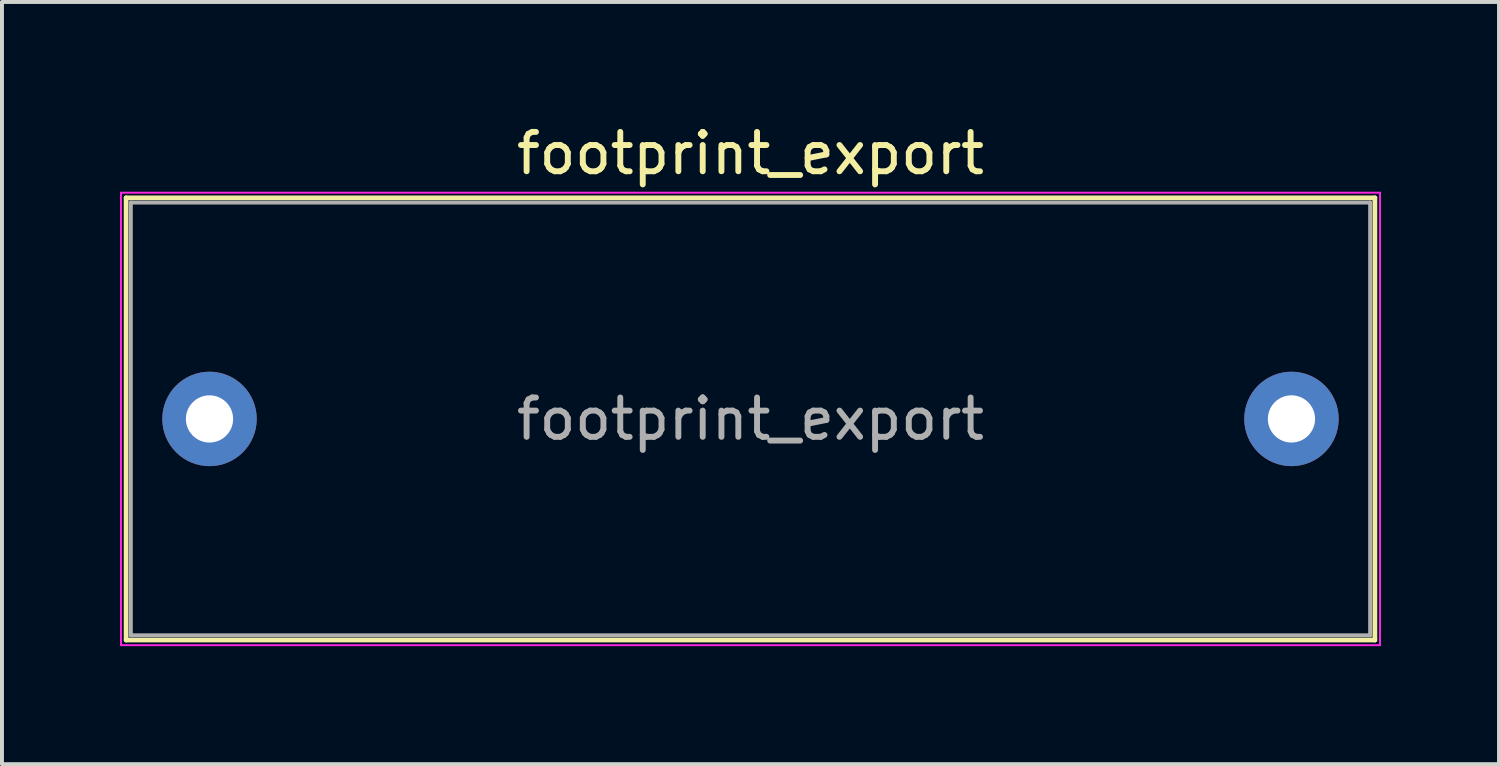
<source format=kicad_pcb>
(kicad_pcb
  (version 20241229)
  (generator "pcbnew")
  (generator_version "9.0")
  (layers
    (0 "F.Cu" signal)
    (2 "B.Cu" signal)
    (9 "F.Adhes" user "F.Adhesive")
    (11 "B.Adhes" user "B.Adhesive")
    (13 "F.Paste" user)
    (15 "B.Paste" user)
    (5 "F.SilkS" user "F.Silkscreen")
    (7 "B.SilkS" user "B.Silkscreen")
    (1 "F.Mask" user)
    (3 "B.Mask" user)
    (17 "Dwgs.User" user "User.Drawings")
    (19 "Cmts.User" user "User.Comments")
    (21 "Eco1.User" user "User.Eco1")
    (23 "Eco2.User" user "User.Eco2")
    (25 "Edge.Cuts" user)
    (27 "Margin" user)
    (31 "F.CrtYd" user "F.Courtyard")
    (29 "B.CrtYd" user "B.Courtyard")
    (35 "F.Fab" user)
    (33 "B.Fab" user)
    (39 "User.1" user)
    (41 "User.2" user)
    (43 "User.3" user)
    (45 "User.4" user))
  (footprint "footprint_export"
    (layer "F.Cu")
    (at 2.275 7.598)
    (property "Reference" "footprint_export" (at 13.75 -6.75 0) (layer "F.SilkS") (effects (font (size 1 1) (thickness 0.15))))
    (attr through_hole)
    (fp_line (start -2.12 -5.62) (end -2.12 5.62) (stroke (width 0.12) (type solid)) (layer "F.SilkS"))
    (fp_line (start -2.12 -5.62) (end 29.62 -5.62) (stroke (width 0.12) (type solid)) (layer "F.SilkS"))
    (fp_line (start -2.12 5.62) (end 29.62 5.62) (stroke (width 0.12) (type solid)) (layer "F.SilkS"))
    (fp_line (start 29.62 -5.62) (end 29.62 5.62) (stroke (width 0.12) (type solid)) (layer "F.SilkS"))
    (fp_line (start -2.25 -5.75) (end -2.25 5.75) (stroke (width 0.05) (type solid)) (layer "F.CrtYd"))
    (fp_line (start -2.25 5.75) (end 29.75 5.75) (stroke (width 0.05) (type solid)) (layer "F.CrtYd"))
    (fp_line (start 29.75 -5.75) (end -2.25 -5.75) (stroke (width 0.05) (type solid)) (layer "F.CrtYd"))
    (fp_line (start 29.75 5.75) (end 29.75 -5.75) (stroke (width 0.05) (type solid)) (layer "F.CrtYd"))
    (fp_line (start -2 -5.5) (end -2 5.5) (stroke (width 0.1) (type solid)) (layer "F.Fab"))
    (fp_line (start -2 5.5) (end 29.5 5.5) (stroke (width 0.1) (type solid)) (layer "F.Fab"))
    (fp_line (start 29.5 -5.5) (end -2 -5.5) (stroke (width 0.1) (type solid)) (layer "F.Fab"))
    (fp_line (start 29.5 5.5) (end 29.5 -5.5) (stroke (width 0.1) (type solid)) (layer "F.Fab"))
    (fp_text user "${REFERENCE}" (at 13.75 0 0) (layer "F.Fab") (effects (font (size 1 1) (thickness 0.15))))
    (pad "1" thru_hole circle (at 0 0) (size 2.4 2.4) (drill 1.2) (layers "*.Cu" "*.Mask"))
    (pad "2" thru_hole circle (at 27.5 0) (size 2.4 2.4) (drill 1.2) (layers "*.Cu" "*.Mask")))
  (gr_rect
    (start -3 -3)
    (end 35.05 16.373)
    (stroke (width 0.1) (type default))
    (fill no)
    (layer "Edge.Cuts")))
</source>
